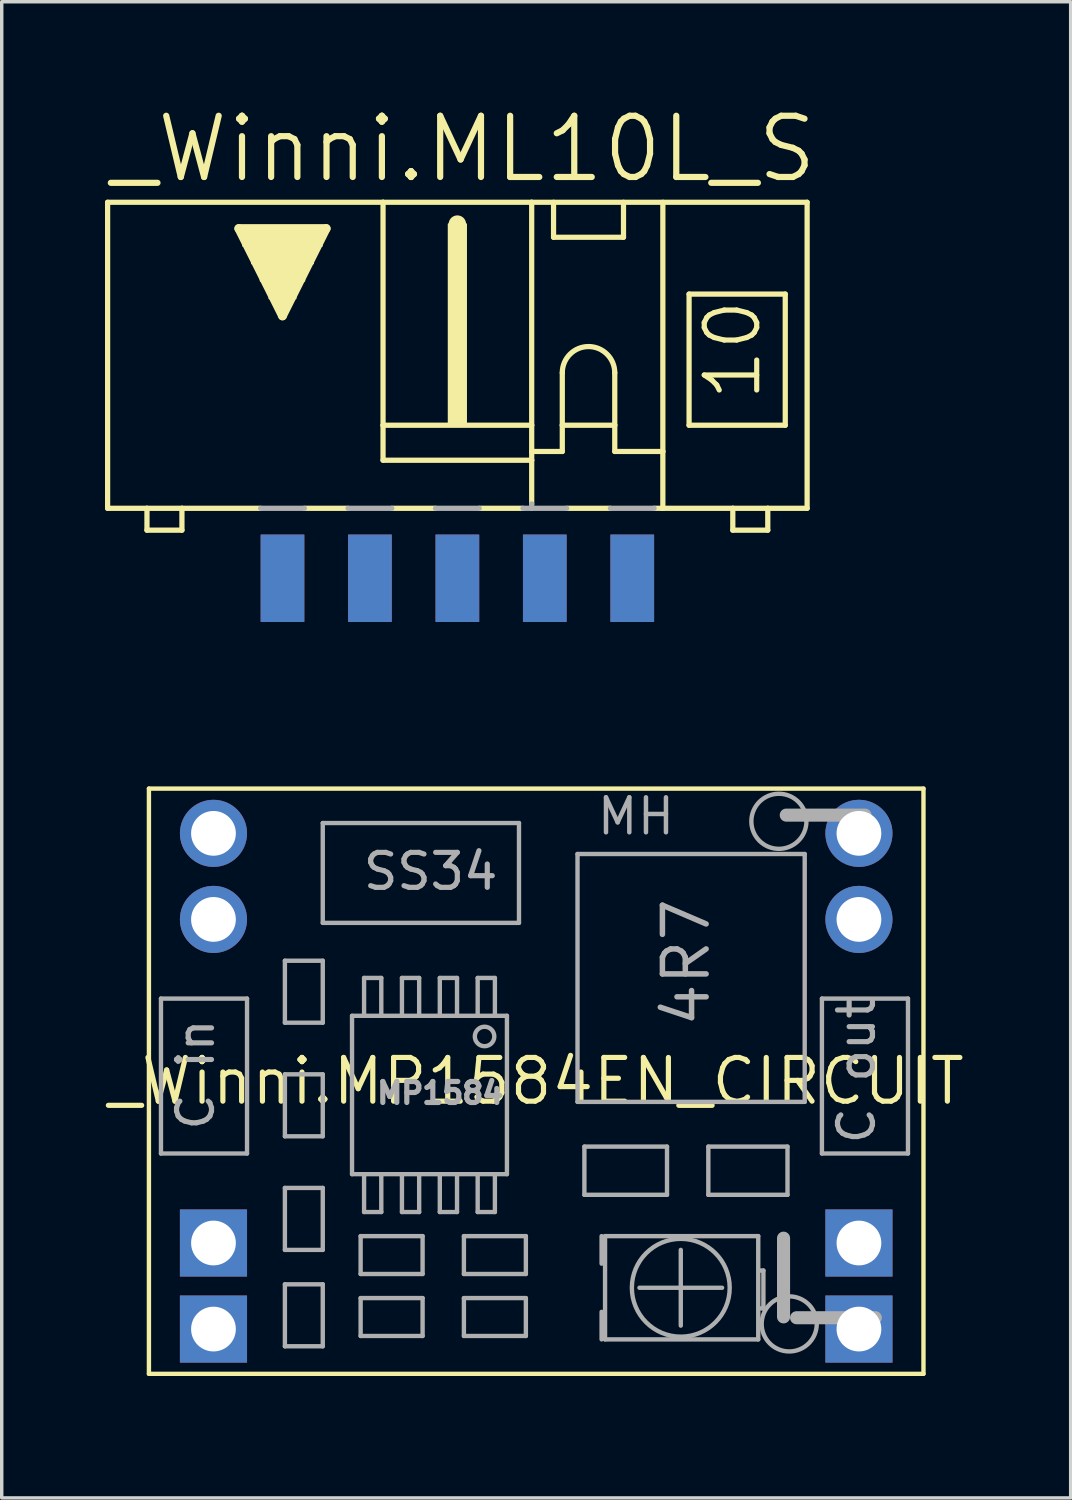
<source format=kicad_pcb>
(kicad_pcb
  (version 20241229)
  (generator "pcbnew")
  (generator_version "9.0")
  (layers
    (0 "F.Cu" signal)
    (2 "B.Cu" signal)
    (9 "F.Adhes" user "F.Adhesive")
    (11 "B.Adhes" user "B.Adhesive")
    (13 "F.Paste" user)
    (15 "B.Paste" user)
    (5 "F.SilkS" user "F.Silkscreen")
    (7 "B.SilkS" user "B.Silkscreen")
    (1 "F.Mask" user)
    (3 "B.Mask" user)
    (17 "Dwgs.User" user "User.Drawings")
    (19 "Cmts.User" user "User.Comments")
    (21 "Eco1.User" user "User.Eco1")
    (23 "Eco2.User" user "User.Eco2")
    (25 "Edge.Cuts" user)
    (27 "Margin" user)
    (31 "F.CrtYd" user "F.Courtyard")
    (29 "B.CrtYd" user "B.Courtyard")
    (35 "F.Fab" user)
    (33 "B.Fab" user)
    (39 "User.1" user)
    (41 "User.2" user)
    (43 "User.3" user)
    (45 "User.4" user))
  (footprint "_Winni.MP1584EN_CIRCUIT"
    (layer "F.Cu")
    (at 12.526 28.358)
    (property "Reference" "_Winni.MP1584EN_CIRCUIT" (at 0 0 0) (layer "F.SilkS") (effects (font (size 1.27 1.27) (thickness 0.15))))
    (attr through_hole)
    (fp_line (start -11.25 -8.5) (end 11.25 -8.5) (stroke (width 0.127) (type default)) (layer "F.SilkS"))
    (fp_line (start -11.25 8.5) (end -11.25 -8.5) (stroke (width 0.127) (type default)) (layer "F.SilkS"))
    (fp_line (start 11.25 -8.5) (end 11.25 8.5) (stroke (width 0.127) (type default)) (layer "F.SilkS"))
    (fp_line (start 11.25 8.5) (end -11.25 8.5) (stroke (width 0.127) (type default)) (layer "F.SilkS"))
    (fp_line (start -10.9 -2.4) (end -8.4 -2.4) (stroke (width 0.127) (type default)) (layer "F.Fab"))
    (fp_line (start -10.9 2.1) (end -10.9 -2.4) (stroke (width 0.127) (type default)) (layer "F.Fab"))
    (fp_line (start -8.4 -2.4) (end -8.4 2.1) (stroke (width 0.127) (type default)) (layer "F.Fab"))
    (fp_line (start -8.4 2.1) (end -10.9 2.1) (stroke (width 0.127) (type default)) (layer "F.Fab"))
    (fp_line (start -7.3 -3.5) (end -6.2 -3.5) (stroke (width 0.127) (type default)) (layer "F.Fab"))
    (fp_line (start -7.3 -1.7) (end -7.3 -3.5) (stroke (width 0.127) (type default)) (layer "F.Fab"))
    (fp_line (start -7.3 -0.2) (end -6.2 -0.2) (stroke (width 0.127) (type default)) (layer "F.Fab"))
    (fp_line (start -7.3 1.6) (end -7.3 -0.2) (stroke (width 0.127) (type default)) (layer "F.Fab"))
    (fp_line (start -7.3 3.1) (end -6.2 3.1) (stroke (width 0.127) (type default)) (layer "F.Fab"))
    (fp_line (start -7.3 4.9) (end -7.3 3.1) (stroke (width 0.127) (type default)) (layer "F.Fab"))
    (fp_line (start -7.3 5.9) (end -6.2 5.9) (stroke (width 0.127) (type default)) (layer "F.Fab"))
    (fp_line (start -7.3 7.7) (end -7.3 5.9) (stroke (width 0.127) (type default)) (layer "F.Fab"))
    (fp_line (start -6.2 -7.5) (end -0.5 -7.5) (stroke (width 0.127) (type default)) (layer "F.Fab"))
    (fp_line (start -6.2 -4.6) (end -6.2 -7.5) (stroke (width 0.127) (type default)) (layer "F.Fab"))
    (fp_line (start -6.2 -3.5) (end -6.2 -1.7) (stroke (width 0.127) (type default)) (layer "F.Fab"))
    (fp_line (start -6.2 -1.7) (end -7.3 -1.7) (stroke (width 0.127) (type default)) (layer "F.Fab"))
    (fp_line (start -6.2 -0.2) (end -6.2 1.6) (stroke (width 0.127) (type default)) (layer "F.Fab"))
    (fp_line (start -6.2 1.6) (end -7.3 1.6) (stroke (width 0.127) (type default)) (layer "F.Fab"))
    (fp_line (start -6.2 3.1) (end -6.2 4.9) (stroke (width 0.127) (type default)) (layer "F.Fab"))
    (fp_line (start -6.2 4.9) (end -7.3 4.9) (stroke (width 0.127) (type default)) (layer "F.Fab"))
    (fp_line (start -6.2 5.9) (end -6.2 7.7) (stroke (width 0.127) (type default)) (layer "F.Fab"))
    (fp_line (start -6.2 7.7) (end -7.3 7.7) (stroke (width 0.127) (type default)) (layer "F.Fab"))
    (fp_line (start -5.35 -1.9) (end -0.85 -1.9) (stroke (width 0.127) (type default)) (layer "F.Fab"))
    (fp_line (start -5.35 2.7) (end -5.35 -1.9) (stroke (width 0.127) (type default)) (layer "F.Fab"))
    (fp_line (start -5.1 4.5) (end -3.3 4.5) (stroke (width 0.127) (type default)) (layer "F.Fab"))
    (fp_line (start -5.1 5.6) (end -5.1 4.5) (stroke (width 0.127) (type default)) (layer "F.Fab"))
    (fp_line (start -5.1 6.3) (end -3.3 6.3) (stroke (width 0.127) (type default)) (layer "F.Fab"))
    (fp_line (start -5.1 7.4) (end -5.1 6.3) (stroke (width 0.127) (type default)) (layer "F.Fab"))
    (fp_line (start -5 -3) (end -5 -1.9) (stroke (width 0.127) (type default)) (layer "F.Fab"))
    (fp_line (start -5 2.7) (end -5.35 2.7) (stroke (width 0.127) (type default)) (layer "F.Fab"))
    (fp_line (start -5 2.7) (end -5 3.8) (stroke (width 0.127) (type default)) (layer "F.Fab"))
    (fp_line (start -5 3.8) (end -4.5 3.8) (stroke (width 0.127) (type default)) (layer "F.Fab"))
    (fp_line (start -4.5 -3) (end -5 -3) (stroke (width 0.127) (type default)) (layer "F.Fab"))
    (fp_line (start -4.5 -1.9) (end -4.5 -3) (stroke (width 0.127) (type default)) (layer "F.Fab"))
    (fp_line (start -4.5 2.7) (end -5 2.7) (stroke (width 0.127) (type default)) (layer "F.Fab"))
    (fp_line (start -4.5 3.8) (end -4.5 2.7) (stroke (width 0.127) (type default)) (layer "F.Fab"))
    (fp_line (start -3.9 -3) (end -3.9 -1.9) (stroke (width 0.127) (type default)) (layer "F.Fab"))
    (fp_line (start -3.9 2.7) (end -4.5 2.7) (stroke (width 0.127) (type default)) (layer "F.Fab"))
    (fp_line (start -3.9 2.7) (end -3.9 3.8) (stroke (width 0.127) (type default)) (layer "F.Fab"))
    (fp_line (start -3.9 3.8) (end -3.4 3.8) (stroke (width 0.127) (type default)) (layer "F.Fab"))
    (fp_line (start -3.4 -3) (end -3.9 -3) (stroke (width 0.127) (type default)) (layer "F.Fab"))
    (fp_line (start -3.4 -1.9) (end -3.4 -3) (stroke (width 0.127) (type default)) (layer "F.Fab"))
    (fp_line (start -3.4 2.7) (end -3.9 2.7) (stroke (width 0.127) (type default)) (layer "F.Fab"))
    (fp_line (start -3.4 3.8) (end -3.4 2.7) (stroke (width 0.127) (type default)) (layer "F.Fab"))
    (fp_line (start -3.3 4.5) (end -3.3 5.6) (stroke (width 0.127) (type default)) (layer "F.Fab"))
    (fp_line (start -3.3 5.6) (end -5.1 5.6) (stroke (width 0.127) (type default)) (layer "F.Fab"))
    (fp_line (start -3.3 6.3) (end -3.3 7.4) (stroke (width 0.127) (type default)) (layer "F.Fab"))
    (fp_line (start -3.3 7.4) (end -5.1 7.4) (stroke (width 0.127) (type default)) (layer "F.Fab"))
    (fp_line (start -2.8 -3) (end -2.8 -1.9) (stroke (width 0.127) (type default)) (layer "F.Fab"))
    (fp_line (start -2.8 2.7) (end -2.8 3.8) (stroke (width 0.127) (type default)) (layer "F.Fab"))
    (fp_line (start -2.8 3.8) (end -2.3 3.8) (stroke (width 0.127) (type default)) (layer "F.Fab"))
    (fp_line (start -2.3 -3) (end -2.8 -3) (stroke (width 0.127) (type default)) (layer "F.Fab"))
    (fp_line (start -2.3 -1.9) (end -2.3 -3) (stroke (width 0.127) (type default)) (layer "F.Fab"))
    (fp_line (start -2.3 3.8) (end -2.3 2.7) (stroke (width 0.127) (type default)) (layer "F.Fab"))
    (fp_line (start -2.1 4.5) (end -0.3 4.5) (stroke (width 0.127) (type default)) (layer "F.Fab"))
    (fp_line (start -2.1 5.6) (end -2.1 4.5) (stroke (width 0.127) (type default)) (layer "F.Fab"))
    (fp_line (start -2.1 6.3) (end -0.3 6.3) (stroke (width 0.127) (type default)) (layer "F.Fab"))
    (fp_line (start -2.1 7.4) (end -2.1 6.3) (stroke (width 0.127) (type default)) (layer "F.Fab"))
    (fp_line (start -1.7 -3) (end -1.7 -1.9) (stroke (width 0.127) (type default)) (layer "F.Fab"))
    (fp_line (start -1.7 2.7) (end -1.7 3.8) (stroke (width 0.127) (type default)) (layer "F.Fab"))
    (fp_line (start -1.7 3.8) (end -1.2 3.8) (stroke (width 0.127) (type default)) (layer "F.Fab"))
    (fp_line (start -1.2 -3) (end -1.7 -3) (stroke (width 0.127) (type default)) (layer "F.Fab"))
    (fp_line (start -1.2 -1.9) (end -1.2 -3) (stroke (width 0.127) (type default)) (layer "F.Fab"))
    (fp_line (start -1.2 3.8) (end -1.2 2.7) (stroke (width 0.127) (type default)) (layer "F.Fab"))
    (fp_line (start -0.85 -1.9) (end -0.85 2.7) (stroke (width 0.127) (type default)) (layer "F.Fab"))
    (fp_line (start -0.85 2.7) (end -3.4 2.7) (stroke (width 0.127) (type default)) (layer "F.Fab"))
    (fp_line (start -0.5 -7.5) (end -0.5 -4.6) (stroke (width 0.127) (type default)) (layer "F.Fab"))
    (fp_line (start -0.5 -4.6) (end -6.2 -4.6) (stroke (width 0.127) (type default)) (layer "F.Fab"))
    (fp_line (start -0.3 4.5) (end -0.3 5.6) (stroke (width 0.127) (type default)) (layer "F.Fab"))
    (fp_line (start -0.3 5.6) (end -2.1 5.6) (stroke (width 0.127) (type default)) (layer "F.Fab"))
    (fp_line (start -0.3 6.3) (end -0.3 7.4) (stroke (width 0.127) (type default)) (layer "F.Fab"))
    (fp_line (start -0.3 7.4) (end -2.1 7.4) (stroke (width 0.127) (type default)) (layer "F.Fab"))
    (fp_line (start 1.2 -6.6) (end 7.8 -6.6) (stroke (width 0.127) (type default)) (layer "F.Fab"))
    (fp_line (start 1.2 0.6) (end 1.2 -6.6) (stroke (width 0.127) (type default)) (layer "F.Fab"))
    (fp_line (start 1.4 1.9) (end 3.8 1.9) (stroke (width 0.127) (type default)) (layer "F.Fab"))
    (fp_line (start 1.4 3.3) (end 1.4 1.9) (stroke (width 0.127) (type default)) (layer "F.Fab"))
    (fp_line (start 1.9 4.5) (end 1.9 5.3) (stroke (width 0.127) (type default)) (layer "F.Fab"))
    (fp_line (start 1.9 6.7) (end 1.9 7.5) (stroke (width 0.127) (type default)) (layer "F.Fab"))
    (fp_line (start 2 4.5) (end 6.45 4.5) (stroke (width 0.127) (type default)) (layer "F.Fab"))
    (fp_line (start 2 7.5) (end 2 4.5) (stroke (width 0.127) (type default)) (layer "F.Fab"))
    (fp_line (start 3 6) (end 5.4 6) (stroke (width 0.127) (type default)) (layer "F.Fab"))
    (fp_line (start 3.8 1.9) (end 3.8 3.3) (stroke (width 0.127) (type default)) (layer "F.Fab"))
    (fp_line (start 3.8 3.3) (end 1.4 3.3) (stroke (width 0.127) (type default)) (layer "F.Fab"))
    (fp_line (start 4.2 4.9) (end 4.2 7.1) (stroke (width 0.127) (type default)) (layer "F.Fab"))
    (fp_line (start 5 1.9) (end 7.3 1.9) (stroke (width 0.127) (type default)) (layer "F.Fab"))
    (fp_line (start 5 3.3) (end 5 1.9) (stroke (width 0.127) (type default)) (layer "F.Fab"))
    (fp_line (start 6.45 4.5) (end 6.45 7.5) (stroke (width 0.127) (type default)) (layer "F.Fab"))
    (fp_line (start 6.45 7.5) (end 2 7.5) (stroke (width 0.127) (type default)) (layer "F.Fab"))
    (fp_line (start 6.5 5.5) (end 6.6 5.5) (stroke (width 0.127) (type default)) (layer "F.Fab"))
    (fp_line (start 6.6 5.5) (end 6.6 6.6) (stroke (width 0.127) (type default)) (layer "F.Fab"))
    (fp_line (start 6.6 6.6) (end 6.5 6.6) (stroke (width 0.127) (type default)) (layer "F.Fab"))
    (fp_line (start 7.3 1.9) (end 7.3 3.3) (stroke (width 0.127) (type default)) (layer "F.Fab"))
    (fp_line (start 7.3 3.3) (end 5 3.3) (stroke (width 0.127) (type default)) (layer "F.Fab"))
    (fp_line (start 7.8 -6.6) (end 7.8 0.6) (stroke (width 0.127) (type default)) (layer "F.Fab"))
    (fp_line (start 7.8 0.6) (end 1.2 0.6) (stroke (width 0.127) (type default)) (layer "F.Fab"))
    (fp_line (start 8.3 -2.4) (end 10.8 -2.4) (stroke (width 0.127) (type default)) (layer "F.Fab"))
    (fp_line (start 8.3 2.1) (end 8.3 -2.4) (stroke (width 0.127) (type default)) (layer "F.Fab"))
    (fp_line (start 10.8 -2.4) (end 10.8 2.1) (stroke (width 0.127) (type default)) (layer "F.Fab"))
    (fp_line (start 10.8 2.1) (end 8.3 2.1) (stroke (width 0.127) (type default)) (layer "F.Fab"))
    (fp_circle (center -1.5 -1.3) (end -1.217 -1.3) (stroke (width 0.127) (type default)) (fill no) (layer "F.Fab"))
    (fp_circle (center 4.2 6) (end 5.621 6) (stroke (width 0.127) (type default)) (fill no) (layer "F.Fab"))
    (fp_circle (center 7.05 -7.55) (end 7.85 -7.55) (stroke (width 0.127) (type default)) (fill no) (layer "F.Fab"))
    (fp_circle (center 7.35 7.05) (end 8.15 7.05) (stroke (width 0.127) (type default)) (fill no) (layer "F.Fab"))
    (fp_text user "-" (at 8.715 7.81 90) (layer "F.Fab") (effects (font (size 3 3) (thickness 0.38)) (justify left bottom)))
    (fp_text user "4R7" (at 5.1 -1.5 90) (layer "F.Fab") (effects (font (size 1.27 1.27) (thickness 0.16)) (justify left bottom)))
    (fp_text user "SS34" (at -5.1 -5.5 0) (layer "F.Fab") (effects (font (size 1.016 1.016) (thickness 0.15)) (justify left bottom)))
    (fp_text user "-" (at 6.3 -6.2 0) (layer "F.Fab") (effects (font (size 3 3) (thickness 0.38)) (justify left bottom)))
    (fp_text user "C out" (at 9.9 1.9 90) (layer "F.Fab") (effects (font (size 1.016 1.016) (thickness 0.15)) (justify left bottom)))
    (fp_text user "C in" (at -9.3 1.5 90) (layer "F.Fab") (effects (font (size 1.016 1.016) (thickness 0.15)) (justify left bottom)))
    (fp_text user "MH" (at 1.7 -7.1 0) (layer "F.Fab") (effects (font (size 1.016 1.016) (thickness 0.13)) (justify left bottom)))
    (fp_text user "-" (at 6.6 8.4 0) (layer "F.Fab") (effects (font (size 3 3) (thickness 0.38)) (justify left bottom)))
    (fp_text user "MP1584" (at -4.7 0.7 0) (layer "F.Fab") (effects (font (size 0.61 0.61) (thickness 0.15)) (justify left bottom)))
    (pad "1" thru_hole circle (at -9.375 -7.2) (size 1.95 1.95) (drill 1.3) (layers "*.Cu" "*.Mask"))
    (pad "2" thru_hole circle (at -9.375 -4.7) (size 1.95 1.95) (drill 1.3) (layers "*.Cu" "*.Mask"))
    (pad "3" thru_hole rect (at -9.375 4.7) (size 1.95 1.95) (drill 1.3) (layers "*.Cu" "*.Mask"))
    (pad "4" thru_hole rect (at -9.375 7.2) (size 1.95 1.95) (drill 1.3) (layers "*.Cu" "*.Mask"))
    (pad "5" thru_hole rect (at 9.375 7.2) (size 1.95 1.95) (drill 1.3) (layers "*.Cu" "*.Mask"))
    (pad "6" thru_hole rect (at 9.375 4.7) (size 1.95 1.95) (drill 1.3) (layers "*.Cu" "*.Mask"))
    (pad "7" thru_hole circle (at 9.375 -4.7) (size 1.95 1.95) (drill 1.3) (layers "*.Cu" "*.Mask"))
    (pad "8" thru_hole circle (at 9.375 -7.2) (size 1.95 1.95) (drill 1.3) (layers "*.Cu" "*.Mask")))
  (footprint "_Winni.ML10L_S"
    (layer "F.Cu")
    (at 10.236 13.748)
    (property "Reference" "_Winni.ML10L_S" (at -10.185 -11.43 0) (layer "F.SilkS") (effects (font (size 1.778 1.778) (thickness 0.18)) (justify left bottom)))
    (attr smd)
    (fp_line (start -10.16 -2.032) (end -10.16 -10.922) (stroke (width 0.152) (type default)) (layer "F.SilkS"))
    (fp_line (start -10.16 -2.032) (end -9.017 -2.032) (stroke (width 0.152) (type default)) (layer "F.SilkS"))
    (fp_line (start -9.017 -2.032) (end -9.017 -1.397) (stroke (width 0.152) (type default)) (layer "F.SilkS"))
    (fp_line (start -9.017 -2.032) (end -8.001 -2.032) (stroke (width 0.152) (type default)) (layer "F.SilkS"))
    (fp_line (start -8.001 -2.032) (end -5.715 -2.032) (stroke (width 0.152) (type default)) (layer "F.SilkS"))
    (fp_line (start -8.001 -1.397) (end -9.017 -1.397) (stroke (width 0.152) (type default)) (layer "F.SilkS"))
    (fp_line (start -8.001 -1.397) (end -8.001 -2.032) (stroke (width 0.152) (type default)) (layer "F.SilkS"))
    (fp_line (start -6.35 -10.16) (end -3.81 -10.16) (stroke (width 0.254) (type default)) (layer "F.SilkS"))
    (fp_line (start -5.08 -7.62) (end -6.35 -10.16) (stroke (width 0.254) (type default)) (layer "F.SilkS"))
    (fp_line (start -4.445 -2.032) (end -3.175 -2.032) (stroke (width 0.152) (type default)) (layer "F.SilkS"))
    (fp_line (start -3.81 -10.16) (end -5.08 -7.62) (stroke (width 0.254) (type default)) (layer "F.SilkS"))
    (fp_line (start -2.159 -10.922) (end -10.16 -10.922) (stroke (width 0.152) (type default)) (layer "F.SilkS"))
    (fp_line (start -2.159 -10.922) (end -2.159 -4.445) (stroke (width 0.152) (type default)) (layer "F.SilkS"))
    (fp_line (start -2.159 -10.922) (end 2.159 -10.922) (stroke (width 0.152) (type default)) (layer "F.SilkS"))
    (fp_line (start -2.159 -4.445) (end -2.159 -3.429) (stroke (width 0.152) (type default)) (layer "F.SilkS"))
    (fp_line (start -1.905 -2.032) (end -0.635 -2.032) (stroke (width 0.152) (type default)) (layer "F.SilkS"))
    (fp_line (start 0 -10.033) (end 0 -10.287) (stroke (width 0.508) (type default)) (layer "F.SilkS"))
    (fp_line (start 0.635 -2.032) (end 1.905 -2.032) (stroke (width 0.152) (type default)) (layer "F.SilkS"))
    (fp_line (start 2.159 -10.922) (end 2.159 -4.445) (stroke (width 0.152) (type default)) (layer "F.SilkS"))
    (fp_line (start 2.159 -10.922) (end 10.16 -10.922) (stroke (width 0.152) (type default)) (layer "F.SilkS"))
    (fp_line (start 2.159 -4.445) (end -2.159 -4.445) (stroke (width 0.152) (type default)) (layer "F.SilkS"))
    (fp_line (start 2.159 -4.445) (end 2.159 -3.683) (stroke (width 0.152) (type default)) (layer "F.SilkS"))
    (fp_line (start 2.159 -3.683) (end 2.159 -3.429) (stroke (width 0.152) (type default)) (layer "F.SilkS"))
    (fp_line (start 2.159 -3.683) (end 3.048 -3.683) (stroke (width 0.152) (type default)) (layer "F.SilkS"))
    (fp_line (start 2.159 -3.429) (end -2.159 -3.429) (stroke (width 0.152) (type default)) (layer "F.SilkS"))
    (fp_line (start 2.159 -3.429) (end 2.159 -2.159) (stroke (width 0.152) (type default)) (layer "F.SilkS"))
    (fp_line (start 2.794 -9.906) (end 2.794 -10.922) (stroke (width 0.152) (type default)) (layer "F.SilkS"))
    (fp_line (start 2.794 -9.906) (end 4.826 -9.906) (stroke (width 0.152) (type default)) (layer "F.SilkS"))
    (fp_line (start 3.048 -5.969) (end 3.048 -4.445) (stroke (width 0.152) (type default)) (layer "F.SilkS"))
    (fp_line (start 3.048 -4.445) (end 3.048 -3.683) (stroke (width 0.152) (type default)) (layer "F.SilkS"))
    (fp_line (start 3.048 -4.445) (end 4.572 -4.445) (stroke (width 0.152) (type default)) (layer "F.SilkS"))
    (fp_line (start 3.175 -2.032) (end 4.445 -2.032) (stroke (width 0.152) (type default)) (layer "F.SilkS"))
    (fp_line (start 4.572 -5.969) (end 4.572 -4.445) (stroke (width 0.152) (type default)) (layer "F.SilkS"))
    (fp_line (start 4.572 -4.445) (end 4.572 -3.683) (stroke (width 0.152) (type default)) (layer "F.SilkS"))
    (fp_line (start 4.572 -3.683) (end 5.969 -3.683) (stroke (width 0.152) (type default)) (layer "F.SilkS"))
    (fp_line (start 4.826 -10.922) (end 4.826 -9.906) (stroke (width 0.152) (type default)) (layer "F.SilkS"))
    (fp_line (start 5.969 -3.683) (end 5.969 -10.922) (stroke (width 0.152) (type default)) (layer "F.SilkS"))
    (fp_line (start 5.969 -3.683) (end 5.969 -2.032) (stroke (width 0.152) (type default)) (layer "F.SilkS"))
    (fp_line (start 5.969 -2.032) (end 5.715 -2.032) (stroke (width 0.152) (type default)) (layer "F.SilkS"))
    (fp_line (start 6.731 -8.255) (end 6.731 -4.445) (stroke (width 0.152) (type default)) (layer "F.SilkS"))
    (fp_line (start 6.731 -8.255) (end 9.525 -8.255) (stroke (width 0.152) (type default)) (layer "F.SilkS"))
    (fp_line (start 6.731 -4.445) (end 9.525 -4.445) (stroke (width 0.152) (type default)) (layer "F.SilkS"))
    (fp_line (start 8.001 -2.032) (end 5.969 -2.032) (stroke (width 0.152) (type default)) (layer "F.SilkS"))
    (fp_line (start 8.001 -2.032) (end 8.001 -1.397) (stroke (width 0.152) (type default)) (layer "F.SilkS"))
    (fp_line (start 9.017 -2.032) (end 8.001 -2.032) (stroke (width 0.152) (type default)) (layer "F.SilkS"))
    (fp_line (start 9.017 -1.397) (end 8.001 -1.397) (stroke (width 0.152) (type default)) (layer "F.SilkS"))
    (fp_line (start 9.017 -1.397) (end 9.017 -2.032) (stroke (width 0.152) (type default)) (layer "F.SilkS"))
    (fp_line (start 9.525 -4.445) (end 9.525 -8.255) (stroke (width 0.152) (type default)) (layer "F.SilkS"))
    (fp_line (start 10.16 -10.922) (end 10.16 -2.032) (stroke (width 0.152) (type default)) (layer "F.SilkS"))
    (fp_line (start 10.16 -2.032) (end 9.017 -2.032) (stroke (width 0.152) (type default)) (layer "F.SilkS"))
    (fp_rect (start -6.223 -9.652) (end -3.937 -10.16) (stroke (width 0.05) (type default)) (fill yes) (layer "F.SilkS"))
    (fp_rect (start -5.969 -9.144) (end -4.191 -9.652) (stroke (width 0.05) (type default)) (fill yes) (layer "F.SilkS"))
    (fp_rect (start -5.715 -8.636) (end -4.445 -9.144) (stroke (width 0.05) (type default)) (fill yes) (layer "F.SilkS"))
    (fp_rect (start -5.461 -8.128) (end -4.699 -8.636) (stroke (width 0.05) (type default)) (fill yes) (layer "F.SilkS"))
    (fp_rect (start -5.207 -7.874) (end -4.953 -8.128) (stroke (width 0.05) (type default)) (fill yes) (layer "F.SilkS"))
    (fp_rect (start -0.254 -4.445) (end 0.254 -10.287) (stroke (width 0.05) (type default)) (fill yes) (layer "F.SilkS"))
    (fp_arc (start 3.048 -5.969) (mid 3.81 -6.731) (end 4.572 -5.969) (stroke (width 0.1524) (type default)) (layer "F.SilkS"))
    (fp_line (start -5.715 -2.032) (end -4.445 -2.032) (stroke (width 0.152) (type default)) (layer "F.Fab"))
    (fp_line (start -3.175 -2.032) (end -1.905 -2.032) (stroke (width 0.152) (type default)) (layer "F.Fab"))
    (fp_line (start -0.635 -2.032) (end 0.635 -2.032) (stroke (width 0.152) (type default)) (layer "F.Fab"))
    (fp_line (start 1.905 -2.032) (end 2.159 -2.032) (stroke (width 0.152) (type default)) (layer "F.Fab"))
    (fp_line (start 2.159 -2.159) (end 2.159 -2.032) (stroke (width 0.152) (type default)) (layer "F.Fab"))
    (fp_line (start 2.159 -2.032) (end 3.175 -2.032) (stroke (width 0.152) (type default)) (layer "F.Fab"))
    (fp_line (start 5.715 -2.032) (end 4.445 -2.032) (stroke (width 0.152) (type default)) (layer "F.Fab"))
    (fp_text user "10" (at 8.89 -5.08 90) (layer "F.SilkS") (effects (font (size 1.524 1.524) (thickness 0.15)) (justify left bottom)))
    (pad "1" smd roundrect (at -5.08 0 90) (size 2.54 1.27) (layers "F.Cu" "F.Mask" "F.Paste") (roundrect_rratio 0.01))
    (pad "2" smd roundrect (at -5.08 0 90) (size 2.54 1.27) (layers "B.Cu" "B.Mask" "B.Paste") (roundrect_rratio 0.01))
    (pad "3" smd roundrect (at -2.54 0 90) (size 2.54 1.27) (layers "F.Cu" "F.Mask" "F.Paste") (roundrect_rratio 0.01))
    (pad "4" smd roundrect (at -2.54 0 90) (size 2.54 1.27) (layers "B.Cu" "B.Mask" "B.Paste") (roundrect_rratio 0.01))
    (pad "5" smd roundrect (at 0 0 90) (size 2.54 1.27) (layers "F.Cu" "F.Mask" "F.Paste") (roundrect_rratio 0.01))
    (pad "6" smd roundrect (at 0 0 90) (size 2.54 1.27) (layers "B.Cu" "B.Mask" "B.Paste") (roundrect_rratio 0.01))
    (pad "7" smd roundrect (at 2.54 0 90) (size 2.54 1.27) (layers "F.Cu" "F.Mask" "F.Paste") (roundrect_rratio 0.01))
    (pad "8" smd roundrect (at 2.54 0 90) (size 2.54 1.27) (layers "B.Cu" "B.Mask" "B.Paste") (roundrect_rratio 0.01))
    (pad "9" smd roundrect (at 5.08 0 90) (size 2.54 1.27) (layers "F.Cu" "F.Mask" "F.Paste") (roundrect_rratio 0.01))
    (pad "10" smd roundrect (at 5.08 0 90) (size 2.54 1.27) (layers "B.Cu" "B.Mask" "B.Paste") (roundrect_rratio 0.01)))
  (gr_rect
    (start -3 -3)
    (end 28.052 40.462)
    (stroke (width 0.1) (type default))
    (fill no)
    (layer "Edge.Cuts")))
</source>
